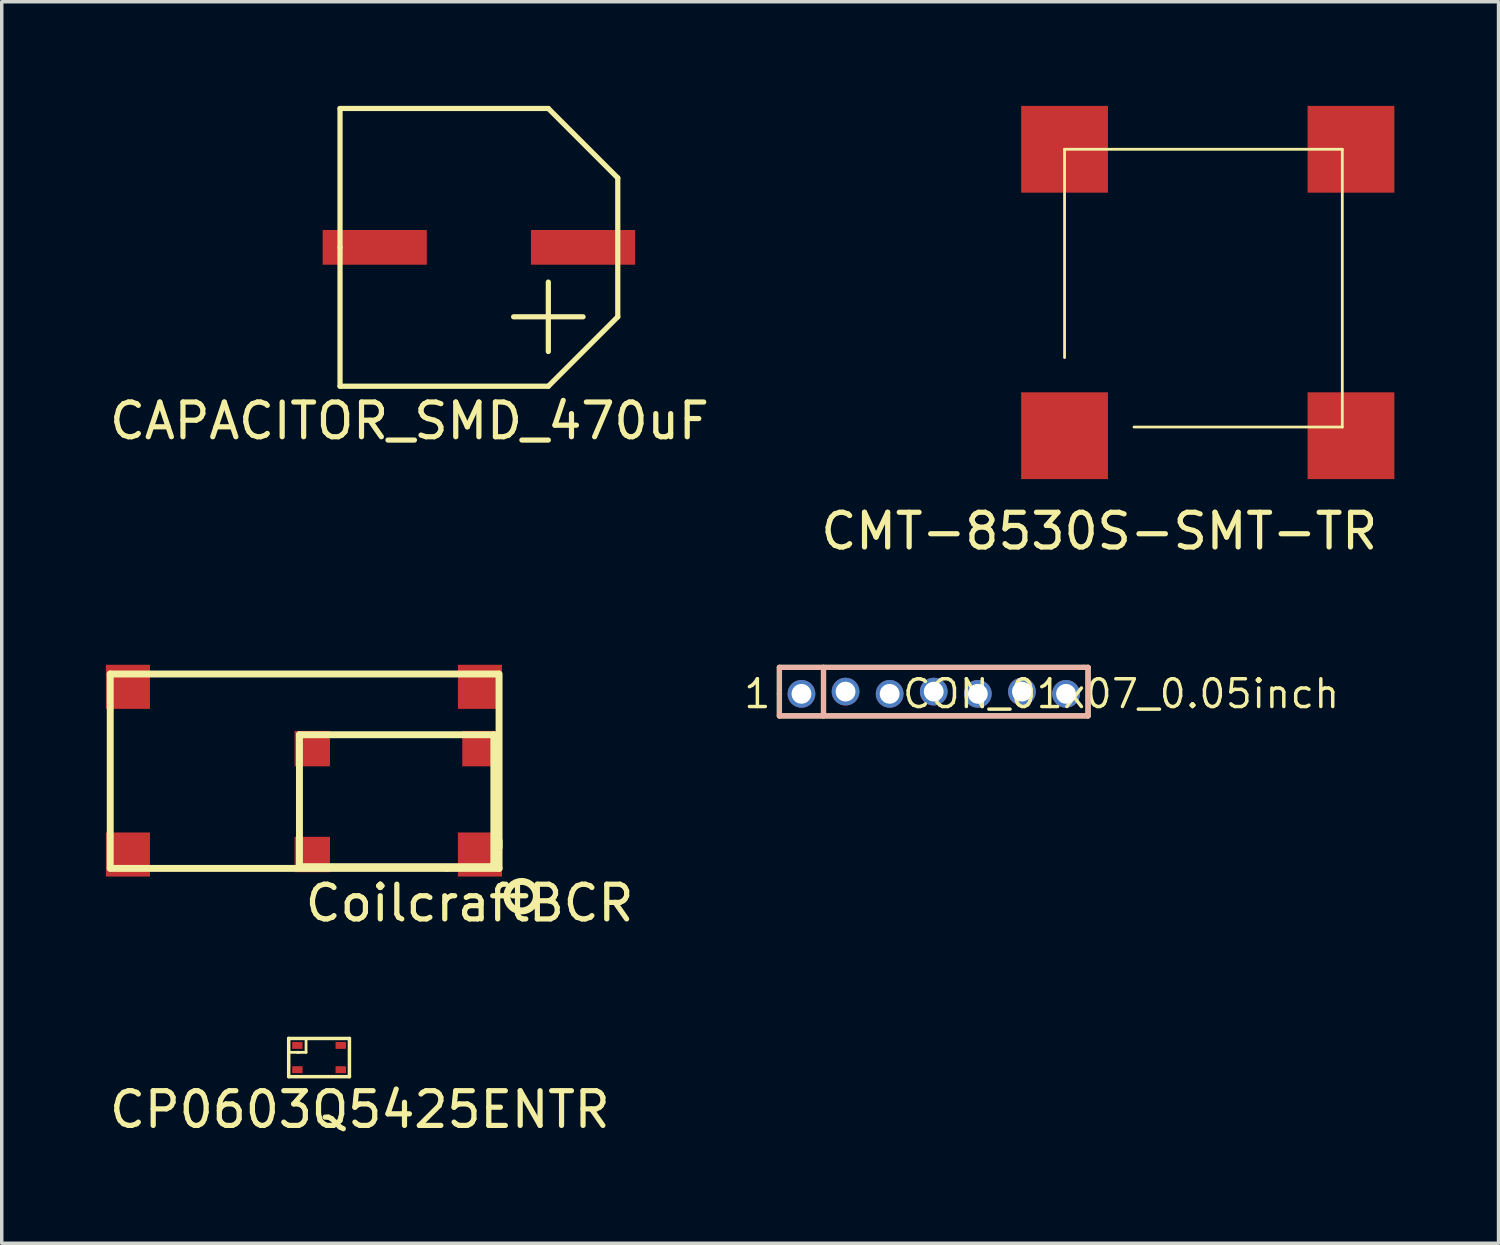
<source format=kicad_pcb>
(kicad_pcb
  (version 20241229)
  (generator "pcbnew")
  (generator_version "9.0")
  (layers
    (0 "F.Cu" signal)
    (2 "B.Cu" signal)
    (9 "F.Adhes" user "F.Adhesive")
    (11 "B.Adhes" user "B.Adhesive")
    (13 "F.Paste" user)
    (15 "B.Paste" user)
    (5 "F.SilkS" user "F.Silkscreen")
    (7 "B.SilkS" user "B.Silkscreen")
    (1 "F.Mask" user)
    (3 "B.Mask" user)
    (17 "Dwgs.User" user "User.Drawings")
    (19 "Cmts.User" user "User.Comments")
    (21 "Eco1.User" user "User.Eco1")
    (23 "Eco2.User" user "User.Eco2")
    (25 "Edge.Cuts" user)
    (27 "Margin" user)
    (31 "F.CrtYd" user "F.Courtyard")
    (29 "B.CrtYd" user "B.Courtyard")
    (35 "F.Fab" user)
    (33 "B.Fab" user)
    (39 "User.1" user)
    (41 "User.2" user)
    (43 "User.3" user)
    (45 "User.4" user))
  (footprint "CP0603Q5425ENTR"
    (layer "F.Cu")
    (at 5.515 27.061)
    (property "Reference" "CP0603Q5425ENTR" (at 1.8 1.85 0) (layer "F.SilkS") (effects (font (size 1 1) (thickness 0.15))))
    (attr through_hole)
    (fp_line (start -0.25 -0.2) (end 0.2 -0.2) (stroke (width 0.08) (type solid)) (layer "F.SilkS"))
    (fp_line (start -0.25 -0.2) (end 1.5 -0.2) (stroke (width 0.1) (type solid)) (layer "F.SilkS"))
    (fp_line (start -0.25 -0.15) (end -0.25 -0.2) (stroke (width 0.08) (type solid)) (layer "F.SilkS"))
    (fp_line (start -0.25 0.2) (end -0.25 -0.15) (stroke (width 0.08) (type solid)) (layer "F.SilkS"))
    (fp_line (start -0.25 0.65) (end -0.25 0.1) (stroke (width 0.08) (type solid)) (layer "F.SilkS"))
    (fp_line (start -0.25 0.9) (end -0.25 -0.2) (stroke (width 0.1) (type solid)) (layer "F.SilkS"))
    (fp_line (start 0.05 0.2) (end -0.25 0.2) (stroke (width 0.08) (type solid)) (layer "F.SilkS"))
    (fp_line (start 0.2 -0.2) (end 0.25 -0.2) (stroke (width 0.08) (type solid)) (layer "F.SilkS"))
    (fp_line (start 0.25 -0.2) (end 0.25 0.2) (stroke (width 0.08) (type solid)) (layer "F.SilkS"))
    (fp_line (start 0.25 -0.2) (end 0.75 -0.2) (stroke (width 0.08) (type solid)) (layer "F.SilkS"))
    (fp_line (start 0.25 0.2) (end 0 0.2) (stroke (width 0.08) (type solid)) (layer "F.SilkS"))
    (fp_line (start 1.5 -0.2) (end 1.5 0.9) (stroke (width 0.1) (type solid)) (layer "F.SilkS"))
    (fp_line (start 1.5 0.9) (end -0.25 0.9) (stroke (width 0.1) (type solid)) (layer "F.SilkS"))
    (pad "1" smd rect (at 0 0) (size 0.3 0.2) (layers "F.Cu" "F.Mask" "F.Paste"))
    (pad "2" smd rect (at 0 0.7) (size 0.3 0.2) (layers "F.Cu" "F.Mask" "F.Paste"))
    (pad "3" smd rect (at 1.25 0.7) (size 0.3 0.2) (layers "F.Cu" "F.Mask" "F.Paste"))
    (pad "4" smd rect (at 1.25 0) (size 0.3 0.2) (layers "F.Cu" "F.Mask" "F.Paste")))
  (footprint "CMT-8530S-SMT-TR"
    (layer "F.Cu")
    (at 27.613 1.25)
    (property "Reference" "CMT-8530S-SMT-TR" (at 1 11 0) (layer "F.SilkS") (effects (font (size 1 1) (thickness 0.15))))
    (attr through_hole)
    (fp_line (start 0 0) (end 8 0) (stroke (width 0.08) (type solid)) (layer "F.SilkS"))
    (fp_line (start 0 6) (end 0 0) (stroke (width 0.08) (type solid)) (layer "F.SilkS"))
    (fp_line (start 8 0) (end 8 8) (stroke (width 0.08) (type solid)) (layer "F.SilkS"))
    (fp_line (start 8 8) (end 2 8) (stroke (width 0.08) (type solid)) (layer "F.SilkS"))
    (pad "+" smd rect (at 8.25 8.25) (size 2.5 2.5) (layers "F.Cu" "F.Mask" "F.Paste"))
    (pad "-" smd rect (at 8.25 0) (size 2.5 2.5) (layers "F.Cu" "F.Mask" "F.Paste"))
    (pad "NC" smd rect (at 0 0) (size 2.5 2.5) (layers "F.Cu" "F.Mask" "F.Paste"))
    (pad "NC" smd rect (at 0 8.25) (size 2.5 2.5) (layers "F.Cu" "F.Mask" "F.Paste")))
  (footprint "CoilcraftBCR"
    (layer "F.Cu")
    (at 10.775 21.563)
    (property "Reference" "CoilcraftBCR" (at -0.3 1.4 0) (layer "F.SilkS") (effects (font (size 1 1) (thickness 0.15))))
    (attr through_hole)
    (fp_line (start -10.65 -5.2) (end -10.65 0.39) (stroke (width 0.2) (type solid)) (layer "F.SilkS"))
    (fp_line (start -10.65 -5.2) (end 0.53 -5.2) (stroke (width 0.2) (type solid)) (layer "F.SilkS"))
    (fp_line (start -10.65 0.4) (end -0.95 0.4) (stroke (width 0.2) (type solid)) (layer "F.SilkS"))
    (fp_line (start -5.2 -3.45) (end -5.2 0.36) (stroke (width 0.2) (type solid)) (layer "F.SilkS"))
    (fp_line (start -5.2 -3.45) (end 0.39 -3.45) (stroke (width 0.2) (type solid)) (layer "F.SilkS"))
    (fp_line (start 0.4 -3.45) (end 0.4 0.25) (stroke (width 0.2) (type solid)) (layer "F.SilkS"))
    (fp_line (start 0.4 0.25) (end 0.4 0.35) (stroke (width 0.2) (type solid)) (layer "F.SilkS"))
    (fp_line (start 0.4 0.35) (end -5.2 0.35) (stroke (width 0.2) (type solid)) (layer "F.SilkS"))
    (fp_line (start 0.55 -5.2) (end 0.55 -0.2) (stroke (width 0.2) (type solid)) (layer "F.SilkS"))
    (fp_line (start 0.55 -0.4) (end 0.55 0.4) (stroke (width 0.2) (type solid)) (layer "F.SilkS"))
    (fp_line (start 0.55 0.4) (end -0.95 0.4) (stroke (width 0.2) (type solid)) (layer "F.SilkS"))
    (fp_circle (center 1.2 1.2) (end 1.5 1.5) (stroke (width 0.2) (type solid)) (fill no) (layer "F.SilkS"))
    (pad "1" smd rect (at 0 0) (size 1.27 1.27) (layers "F.Cu" "F.Mask" "F.Paste"))
    (pad "2" smd rect (at -10.14 -4.83) (size 1.27 1.27) (layers "F.Cu" "F.Mask" "F.Paste"))
    (pad "2" smd rect (at -4.83 -3.05) (size 1.02 1.02) (layers "F.Cu" "F.Mask" "F.Paste"))
    (pad "NC" smd rect (at -10.14 0) (size 1.27 1.27) (layers "F.Cu" "F.Mask" "F.Paste"))
    (pad "NC" smd rect (at -4.83 0) (size 1.02 1.02) (layers "F.Cu" "F.Mask" "F.Paste"))
    (pad "NC" smd rect (at 0 -4.83) (size 1.27 1.27) (layers "F.Cu" "F.Mask" "F.Paste"))
    (pad "NC" smd rect (at 0 -3.05) (size 1.02 1.02) (layers "F.Cu" "F.Mask" "F.Paste")))
  (footprint "CON_01x07_0.05inch"
    (layer "F.Cu")
    (at 20.035 16.935)
    (property "Reference" "CON_01x07_0.05inch" (at 9.207 0 0) (layer "F.SilkS") (effects (font (size 0.8 0.8) (thickness 0.1))))
    (attr through_hole)
    (fp_line (start -0.635 -0.762) (end 8.128 -0.762) (stroke (width 0.15) (type solid)) (layer "F.SilkS"))
    (fp_line (start -0.635 0) (end -0.635 -0.762) (stroke (width 0.15) (type solid)) (layer "F.SilkS"))
    (fp_line (start -0.635 0.635) (end -0.635 0) (stroke (width 0.15) (type solid)) (layer "F.SilkS"))
    (fp_line (start 0.635 -0.762) (end 0.635 0.635) (stroke (width 0.15) (type solid)) (layer "F.SilkS"))
    (fp_line (start 8.128 -0.762) (end 8.255 -0.762) (stroke (width 0.15) (type solid)) (layer "F.SilkS"))
    (fp_line (start 8.255 -0.762) (end 8.255 0.635) (stroke (width 0.15) (type solid)) (layer "F.SilkS"))
    (fp_line (start 8.255 0.635) (end -0.635 0.635) (stroke (width 0.15) (type solid)) (layer "F.SilkS"))
    (fp_line (start -0.635 -0.762) (end 8.255 -0.762) (stroke (width 0.15) (type solid)) (layer "B.SilkS"))
    (fp_line (start -0.635 0.635) (end -0.635 -0.762) (stroke (width 0.15) (type solid)) (layer "B.SilkS"))
    (fp_line (start 0.635 -0.762) (end 0.635 0.635) (stroke (width 0.15) (type solid)) (layer "B.SilkS"))
    (fp_line (start 8.255 -0.762) (end 8.255 0.635) (stroke (width 0.15) (type solid)) (layer "B.SilkS"))
    (fp_line (start 8.255 0.635) (end -0.635 0.635) (stroke (width 0.15) (type solid)) (layer "B.SilkS"))
    (fp_text user "1" (at -1.27 0 0) (layer "F.SilkS") (effects (font (size 0.8 0.8) (thickness 0.1))))
    (pad "1" thru_hole circle (at 0 0) (size 0.8 0.8) (drill 0.57) (layers "*.Cu" "*.Mask"))
    (pad "2" thru_hole circle (at 1.27 -0.064) (size 0.8 0.8) (drill 0.57) (layers "*.Cu" "*.Mask"))
    (pad "3" thru_hole circle (at 2.54 0) (size 0.8 0.8) (drill 0.57) (layers "*.Cu" "*.Mask"))
    (pad "4" thru_hole circle (at 3.81 -0.064) (size 0.8 0.8) (drill 0.57) (layers "*.Cu" "*.Mask"))
    (pad "5" thru_hole circle (at 5.08 0) (size 0.8 0.8) (drill 0.57) (layers "*.Cu" "*.Mask"))
    (pad "6" thru_hole circle (at 6.35 -0.064) (size 0.8 0.8) (drill 0.57) (layers "*.Cu" "*.Mask"))
    (pad "7" thru_hole circle (at 7.62 0) (size 0.8 0.8) (drill 0.57) (layers "*.Cu" "*.Mask")))
  (footprint "CAPACITOR_SMD_470uF"
    (layer "F.Cu")
    (at 10.744 4.075)
    (property "Reference" "CAPACITOR_SMD_470uF" (at -2 5 0) (layer "F.SilkS") (effects (font (size 1 1) (thickness 0.15))))
    (attr through_hole)
    (fp_line (start -4 -4) (end 2 -4) (stroke (width 0.15) (type solid)) (layer "F.SilkS"))
    (fp_line (start -4 0) (end -4 -4) (stroke (width 0.15) (type solid)) (layer "F.SilkS"))
    (fp_line (start -4 0) (end -4 4) (stroke (width 0.15) (type solid)) (layer "F.SilkS"))
    (fp_line (start 1 2) (end 3 2) (stroke (width 0.15) (type solid)) (layer "F.SilkS"))
    (fp_line (start 2 -4) (end 4 -2) (stroke (width 0.15) (type solid)) (layer "F.SilkS"))
    (fp_line (start 2 1) (end 2 3) (stroke (width 0.15) (type solid)) (layer "F.SilkS"))
    (fp_line (start 2 4) (end -4 4) (stroke (width 0.15) (type solid)) (layer "F.SilkS"))
    (fp_line (start 2 4) (end 4 2) (stroke (width 0.15) (type solid)) (layer "F.SilkS"))
    (fp_line (start 4 -2) (end 4 2) (stroke (width 0.15) (type solid)) (layer "F.SilkS"))
    (pad "+" smd rect (at 3 0) (size 3 1) (layers "F.Cu" "F.Mask" "F.Paste"))
    (pad "-" smd rect (at -3 0) (size 3 1) (layers "F.Cu" "F.Mask" "F.Paste")))
  (gr_rect
    (start -3 -3)
    (end 40.113 32.76)
    (stroke (width 0.1) (type default))
    (fill no)
    (layer "Edge.Cuts")))
</source>
